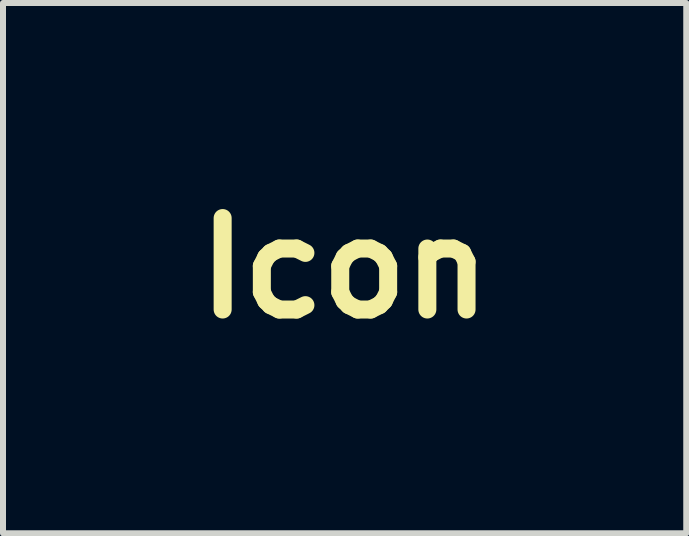
<source format=kicad_pcb>
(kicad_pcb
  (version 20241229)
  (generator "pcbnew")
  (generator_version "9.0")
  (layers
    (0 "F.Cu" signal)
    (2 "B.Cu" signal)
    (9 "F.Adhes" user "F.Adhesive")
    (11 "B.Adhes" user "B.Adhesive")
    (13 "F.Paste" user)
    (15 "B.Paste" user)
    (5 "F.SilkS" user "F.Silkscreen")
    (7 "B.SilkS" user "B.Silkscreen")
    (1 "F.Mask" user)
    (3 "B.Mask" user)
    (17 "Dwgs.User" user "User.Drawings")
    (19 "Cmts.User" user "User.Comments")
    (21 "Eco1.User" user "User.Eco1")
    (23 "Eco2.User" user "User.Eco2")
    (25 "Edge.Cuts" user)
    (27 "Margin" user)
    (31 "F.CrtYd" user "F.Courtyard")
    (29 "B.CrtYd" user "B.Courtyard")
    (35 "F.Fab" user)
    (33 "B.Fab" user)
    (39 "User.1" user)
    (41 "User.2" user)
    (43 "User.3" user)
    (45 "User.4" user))
  (footprint "Icon"
    (layer "F.Cu")
    (at 2.692 1.418)
    (property "Reference" "Icon" (at 0 0 0) (layer "F.SilkS") (effects (font (size 1.524 1.524) (thickness 0.3))))
    (attr through_hole)
    (fp_poly (pts (xy -0.539 -0.753) (xy -0.402 -0.399) (xy -0.289 0.05) (xy -0.055 -0.399) (xy 0.196 -0.764) (xy 0.382 -0.801) (xy 0.488 -0.514) (xy 0.508 -0.169) (xy 0.47 0.255) (xy 0.377 0.491) (xy 0.339 0.508) (xy 0.18 0.374) (xy 0.167 0.296) (xy 0.121 0.19) (xy 0.016 0.318) (xy -0.204 0.458) (xy -0.421 0.335) (xy -0.525 0.032) (xy -0.572 -0.066) (xy -0.672 0.154) (xy -0.677 0.169) (xy -0.761 0.384) (xy -0.806 0.326) (xy -0.827 -0.034) (xy -0.83 -0.127) (xy -0.794 -0.61) (xy -0.685 -0.827) (xy -0.539 -0.753)) (stroke (width 0.01) (type solid)) (fill no) (layer "Eco2.User")))
  (gr_rect
    (start -3 -3)
    (end 8.385 5.836)
    (stroke (width 0.1) (type default))
    (fill no)
    (layer "Edge.Cuts")))
</source>
